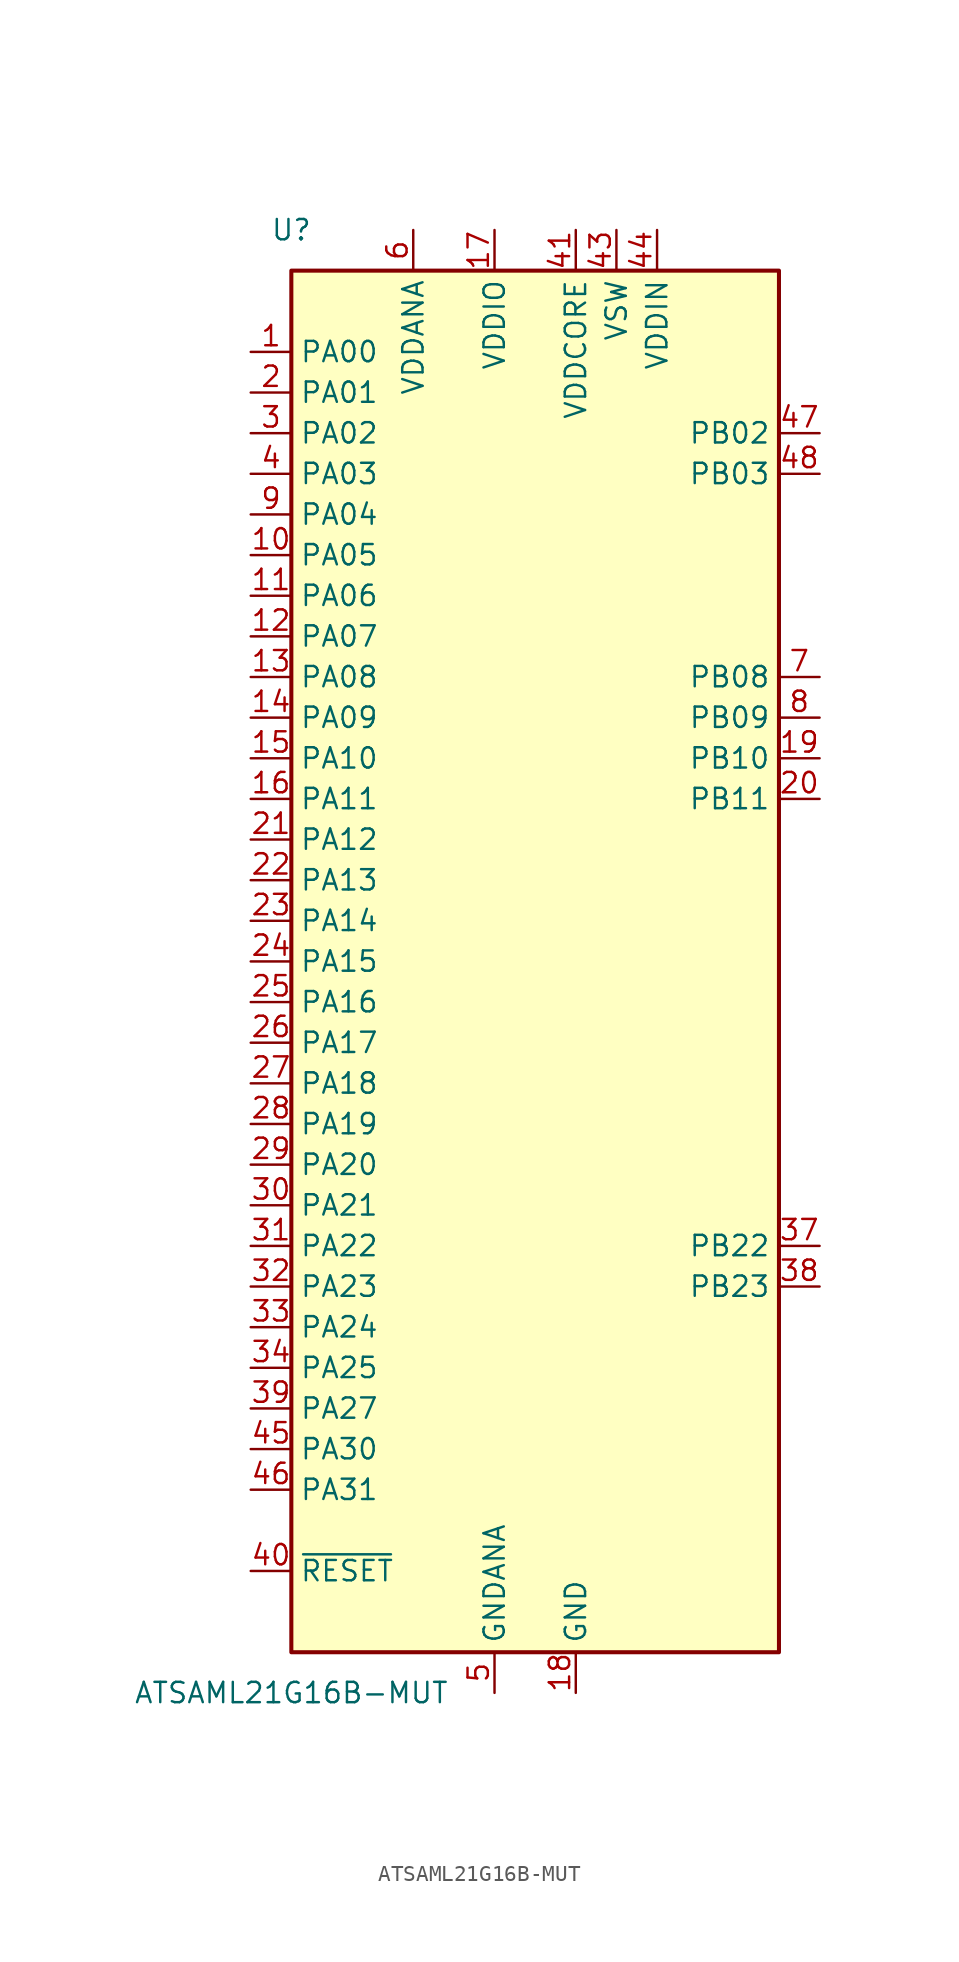
<source format=kicad_sym>
(kicad_symbol_lib
  (version 20241209)
  (generator "kicad_symbol_editor")
  (generator_version "9.0")
  (symbol "ATSAML21G16B-MUT"
    (property "Reference" "U"
      (at -15.24 45.72 0)
      (effects (font (size 1.27 1.27))))
    (property "Value" "ATSAML21G16B-MUT"
      (at -15.24 -45.72 0)
      (effects (font (size 1.27 1.27))))
    (symbol "ATSAML21G16B-MUT_0_1"
      (rectangle (start -15.24 43.18) (end 15.24 -43.18) (stroke (width 0.254) (type default)) (fill (type background))))
    (symbol "ATSAML21G16B-MUT_1_1"
      (pin bidirectional line (at -17.78 38.1 0) (length 2.54) (name "PA00" (effects (font (size 1.27 1.27)))) (number "1" (effects (font (size 1.27 1.27)))))
      (pin bidirectional line (at -17.78 35.56 0) (length 2.54) (name "PA01" (effects (font (size 1.27 1.27)))) (number "2" (effects (font (size 1.27 1.27)))))
      (pin bidirectional line (at -17.78 33.02 0) (length 2.54) (name "PA02" (effects (font (size 1.27 1.27)))) (number "3" (effects (font (size 1.27 1.27)))))
      (pin bidirectional line (at -17.78 30.48 0) (length 2.54) (name "PA03" (effects (font (size 1.27 1.27)))) (number "4" (effects (font (size 1.27 1.27)))))
      (pin bidirectional line (at -17.78 27.94 0) (length 2.54) (name "PA04" (effects (font (size 1.27 1.27)))) (number "9" (effects (font (size 1.27 1.27)))))
      (pin bidirectional line (at -17.78 25.4 0) (length 2.54) (name "PA05" (effects (font (size 1.27 1.27)))) (number "10" (effects (font (size 1.27 1.27)))))
      (pin bidirectional line (at -17.78 22.86 0) (length 2.54) (name "PA06" (effects (font (size 1.27 1.27)))) (number "11" (effects (font (size 1.27 1.27)))))
      (pin bidirectional line (at -17.78 20.32 0) (length 2.54) (name "PA07" (effects (font (size 1.27 1.27)))) (number "12" (effects (font (size 1.27 1.27)))))
      (pin bidirectional line (at -17.78 17.78 0) (length 2.54) (name "PA08" (effects (font (size 1.27 1.27)))) (number "13" (effects (font (size 1.27 1.27)))))
      (pin bidirectional line (at -17.78 15.24 0) (length 2.54) (name "PA09" (effects (font (size 1.27 1.27)))) (number "14" (effects (font (size 1.27 1.27)))))
      (pin bidirectional line (at -17.78 12.7 0) (length 2.54) (name "PA10" (effects (font (size 1.27 1.27)))) (number "15" (effects (font (size 1.27 1.27)))))
      (pin bidirectional line (at -17.78 10.16 0) (length 2.54) (name "PA11" (effects (font (size 1.27 1.27)))) (number "16" (effects (font (size 1.27 1.27)))))
      (pin bidirectional line (at -17.78 7.62 0) (length 2.54) (name "PA12" (effects (font (size 1.27 1.27)))) (number "21" (effects (font (size 1.27 1.27)))))
      (pin bidirectional line (at -17.78 5.08 0) (length 2.54) (name "PA13" (effects (font (size 1.27 1.27)))) (number "22" (effects (font (size 1.27 1.27)))))
      (pin bidirectional line (at -17.78 2.54 0) (length 2.54) (name "PA14" (effects (font (size 1.27 1.27)))) (number "23" (effects (font (size 1.27 1.27)))))
      (pin bidirectional line (at -17.78 0 0) (length 2.54) (name "PA15" (effects (font (size 1.27 1.27)))) (number "24" (effects (font (size 1.27 1.27)))))
      (pin bidirectional line (at -17.78 -2.54 0) (length 2.54) (name "PA16" (effects (font (size 1.27 1.27)))) (number "25" (effects (font (size 1.27 1.27)))))
      (pin bidirectional line (at -17.78 -5.08 0) (length 2.54) (name "PA17" (effects (font (size 1.27 1.27)))) (number "26" (effects (font (size 1.27 1.27)))))
      (pin bidirectional line (at -17.78 -7.62 0) (length 2.54) (name "PA18" (effects (font (size 1.27 1.27)))) (number "27" (effects (font (size 1.27 1.27)))))
      (pin bidirectional line (at -17.78 -10.16 0) (length 2.54) (name "PA19" (effects (font (size 1.27 1.27)))) (number "28" (effects (font (size 1.27 1.27)))))
      (pin bidirectional line (at -17.78 -12.7 0) (length 2.54) (name "PA20" (effects (font (size 1.27 1.27)))) (number "29" (effects (font (size 1.27 1.27)))))
      (pin bidirectional line (at -17.78 -15.24 0) (length 2.54) (name "PA21" (effects (font (size 1.27 1.27)))) (number "30" (effects (font (size 1.27 1.27)))))
      (pin bidirectional line (at -17.78 -17.78 0) (length 2.54) (name "PA22" (effects (font (size 1.27 1.27)))) (number "31" (effects (font (size 1.27 1.27)))))
      (pin bidirectional line (at -17.78 -20.32 0) (length 2.54) (name "PA23" (effects (font (size 1.27 1.27)))) (number "32" (effects (font (size 1.27 1.27)))))
      (pin bidirectional line (at -17.78 -22.86 0) (length 2.54) (name "PA24" (effects (font (size 1.27 1.27)))) (number "33" (effects (font (size 1.27 1.27)))))
      (pin bidirectional line (at -17.78 -25.4 0) (length 2.54) (name "PA25" (effects (font (size 1.27 1.27)))) (number "34" (effects (font (size 1.27 1.27)))))
      (pin bidirectional line (at -17.78 -27.94 0) (length 2.54) (name "PA27" (effects (font (size 1.27 1.27)))) (number "39" (effects (font (size 1.27 1.27)))))
      (pin bidirectional line (at -17.78 -30.48 0) (length 2.54) (name "PA30" (effects (font (size 1.27 1.27)))) (number "45" (effects (font (size 1.27 1.27)))))
      (pin bidirectional line (at -17.78 -33.02 0) (length 2.54) (name "PA31" (effects (font (size 1.27 1.27)))) (number "46" (effects (font (size 1.27 1.27)))))
      (pin input line (at -17.78 -38.1 0) (length 2.54) (name "~{RESET}" (effects (font (size 1.27 1.27)))) (number "40" (effects (font (size 1.27 1.27)))))
      (pin power_in line (at -7.62 45.72 270) (length 2.54) (name "VDDANA" (effects (font (size 1.27 1.27)))) (number "6" (effects (font (size 1.27 1.27)))))
      (pin power_in line (at -2.54 45.72 270) (length 2.54) (name "VDDIO" (effects (font (size 1.27 1.27)))) (number "17" (effects (font (size 1.27 1.27)))))
      (pin passive line (at -2.54 45.72 270) (length 2.54) (hide yes) (name "VDDIO" (effects (font (size 1.27 1.27)))) (number "36" (effects (font (size 1.27 1.27)))))
      (pin power_in line (at -2.54 -45.72 90) (length 2.54) (name "GNDANA" (effects (font (size 1.27 1.27)))) (number "5" (effects (font (size 1.27 1.27)))))
      (pin power_in line (at 2.54 45.72 270) (length 2.54) (name "VDDCORE" (effects (font (size 1.27 1.27)))) (number "41" (effects (font (size 1.27 1.27)))))
      (pin power_in line (at 2.54 -45.72 90) (length 2.54) (name "GND" (effects (font (size 1.27 1.27)))) (number "18" (effects (font (size 1.27 1.27)))))
      (pin passive line (at 2.54 -45.72 90) (length 2.54) (hide yes) (name "GND" (effects (font (size 1.27 1.27)))) (number "35" (effects (font (size 1.27 1.27)))))
      (pin passive line (at 2.54 -45.72 90) (length 2.54) (hide yes) (name "GND" (effects (font (size 1.27 1.27)))) (number "42" (effects (font (size 1.27 1.27)))))
      (pin passive line (at 2.54 -45.72 90) (length 2.54) (hide yes) (name "GND" (effects (font (size 1.27 1.27)))) (number "49" (effects (font (size 1.27 1.27)))))
      (pin power_out line (at 5.08 45.72 270) (length 2.54) (name "VSW" (effects (font (size 1.27 1.27)))) (number "43" (effects (font (size 1.27 1.27)))))
      (pin power_in line (at 7.62 45.72 270) (length 2.54) (name "VDDIN" (effects (font (size 1.27 1.27)))) (number "44" (effects (font (size 1.27 1.27)))))
      (pin bidirectional line (at 17.78 33.02 180) (length 2.54) (name "PB02" (effects (font (size 1.27 1.27)))) (number "47" (effects (font (size 1.27 1.27)))))
      (pin bidirectional line (at 17.78 30.48 180) (length 2.54) (name "PB03" (effects (font (size 1.27 1.27)))) (number "48" (effects (font (size 1.27 1.27)))))
      (pin bidirectional line (at 17.78 17.78 180) (length 2.54) (name "PB08" (effects (font (size 1.27 1.27)))) (number "7" (effects (font (size 1.27 1.27)))))
      (pin bidirectional line (at 17.78 15.24 180) (length 2.54) (name "PB09" (effects (font (size 1.27 1.27)))) (number "8" (effects (font (size 1.27 1.27)))))
      (pin bidirectional line (at 17.78 12.7 180) (length 2.54) (name "PB10" (effects (font (size 1.27 1.27)))) (number "19" (effects (font (size 1.27 1.27)))))
      (pin bidirectional line (at 17.78 10.16 180) (length 2.54) (name "PB11" (effects (font (size 1.27 1.27)))) (number "20" (effects (font (size 1.27 1.27)))))
      (pin bidirectional line (at 17.78 -17.78 180) (length 2.54) (name "PB22" (effects (font (size 1.27 1.27)))) (number "37" (effects (font (size 1.27 1.27)))))
      (pin bidirectional line (at 17.78 -20.32 180) (length 2.54) (name "PB23" (effects (font (size 1.27 1.27)))) (number "38" (effects (font (size 1.27 1.27))))))))
</source>
